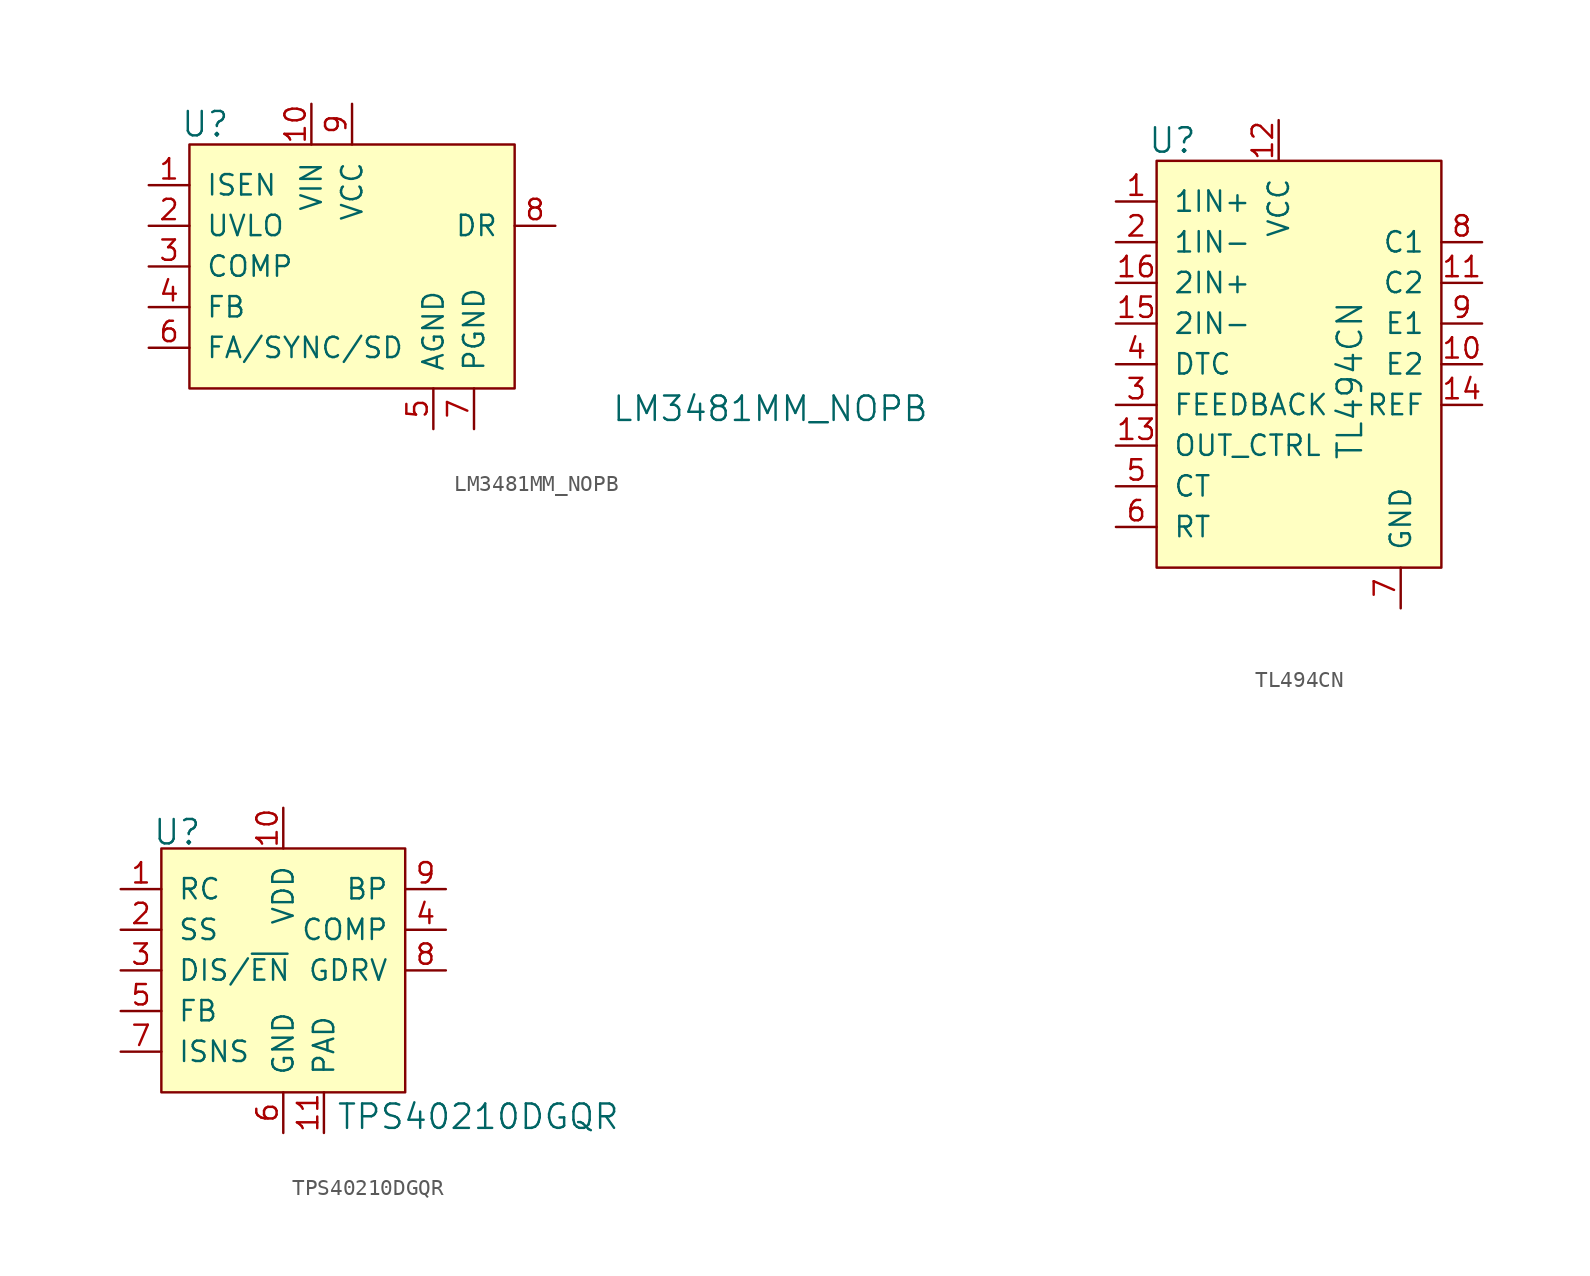
<source format=kicad_sym>
(kicad_symbol_lib
  (version 20220914)
  (generator kicad_symbol_editor)
  (symbol "LM3481MM_NOPB"
    (pin_names
      (offset 1.016))
    (property "Reference" "U"
      (at -5.08 3.81 0)
      (effects (font (size 1.524 1.524)) (justify right)))
    (property "Value" "LM3481MM_NOPB"
      (at 38.608 -13.97 0)
      (effects (font (size 1.524 1.524)) (justify right)))
    (symbol "LM3481MM_NOPB_0_1"
      (rectangle (start -7.62 2.54) (end 12.7 -12.7) (stroke (width 0) (type default)) (fill (type background))))
    (symbol "LM3481MM_NOPB_1_1"
      (pin input line (at -10.16 0 0) (length 2.54) (name "ISEN" (effects (font (size 1.27 1.27)))) (number "1" (effects (font (size 1.27 1.27)))))
      (pin power_in line (at 0 5.08 270) (length 2.54) (name "VIN" (effects (font (size 1.27 1.27)))) (number "10" (effects (font (size 1.27 1.27)))))
      (pin input line (at -10.16 -2.54 0) (length 2.54) (name "UVLO" (effects (font (size 1.27 1.27)))) (number "2" (effects (font (size 1.27 1.27)))))
      (pin passive line (at -10.16 -5.08 0) (length 2.54) (name "COMP" (effects (font (size 1.27 1.27)))) (number "3" (effects (font (size 1.27 1.27)))))
      (pin input line (at -10.16 -7.62 0) (length 2.54) (name "FB" (effects (font (size 1.27 1.27)))) (number "4" (effects (font (size 1.27 1.27)))))
      (pin power_in line (at 7.62 -15.24 90) (length 2.54) (name "AGND" (effects (font (size 1.27 1.27)))) (number "5" (effects (font (size 1.27 1.27)))))
      (pin passive line (at -10.16 -10.16 0) (length 2.54) (name "FA/SYNC/SD" (effects (font (size 1.27 1.27)))) (number "6" (effects (font (size 1.27 1.27)))))
      (pin power_in line (at 10.16 -15.24 90) (length 2.54) (name "PGND" (effects (font (size 1.27 1.27)))) (number "7" (effects (font (size 1.27 1.27)))))
      (pin output line (at 15.24 -2.54 180) (length 2.54) (name "DR" (effects (font (size 1.27 1.27)))) (number "8" (effects (font (size 1.27 1.27)))))
      (pin power_in line (at 2.54 5.08 270) (length 2.54) (name "VCC" (effects (font (size 1.27 1.27)))) (number "9" (effects (font (size 1.27 1.27)))))))
  (symbol "TL494CN"
    (pin_names
      (offset 1.016))
    (property "Reference" "U"
      (at -5.08 8.89 0)
      (effects (font (size 1.524 1.524)) (justify right)))
    (property "Value" "TL494CN"
      (at 4.445 -6.096 90)
      (effects (font (size 1.524 1.524))))
    (symbol "TL494CN_0_1"
      (rectangle (start -7.62 7.62) (end 10.16 -17.78) (stroke (width 0) (type default)) (fill (type background))))
    (symbol "TL494CN_1_1"
      (pin input line (at -10.16 5.08 0) (length 2.54) (name "1IN+" (effects (font (size 1.27 1.27)))) (number "1" (effects (font (size 1.27 1.27)))))
      (pin output line (at 12.7 -5.08 180) (length 2.54) (name "E2" (effects (font (size 1.27 1.27)))) (number "10" (effects (font (size 1.27 1.27)))))
      (pin output line (at 12.7 0 180) (length 2.54) (name "C2" (effects (font (size 1.27 1.27)))) (number "11" (effects (font (size 1.27 1.27)))))
      (pin power_in line (at 0 10.16 270) (length 2.54) (name "VCC" (effects (font (size 1.27 1.27)))) (number "12" (effects (font (size 1.27 1.27)))))
      (pin input line (at -10.16 -10.16 0) (length 2.54) (name "OUT_CTRL" (effects (font (size 1.27 1.27)))) (number "13" (effects (font (size 1.27 1.27)))))
      (pin output line (at 12.7 -7.62 180) (length 2.54) (name "REF" (effects (font (size 1.27 1.27)))) (number "14" (effects (font (size 1.27 1.27)))))
      (pin input line (at -10.16 -2.54 0) (length 2.54) (name "2IN-" (effects (font (size 1.27 1.27)))) (number "15" (effects (font (size 1.27 1.27)))))
      (pin input line (at -10.16 0 0) (length 2.54) (name "2IN+" (effects (font (size 1.27 1.27)))) (number "16" (effects (font (size 1.27 1.27)))))
      (pin input line (at -10.16 2.54 0) (length 2.54) (name "1IN-" (effects (font (size 1.27 1.27)))) (number "2" (effects (font (size 1.27 1.27)))))
      (pin input line (at -10.16 -7.62 0) (length 2.54) (name "FEEDBACK" (effects (font (size 1.27 1.27)))) (number "3" (effects (font (size 1.27 1.27)))))
      (pin input line (at -10.16 -5.08 0) (length 2.54) (name "DTC" (effects (font (size 1.27 1.27)))) (number "4" (effects (font (size 1.27 1.27)))))
      (pin passive line (at -10.16 -12.7 0) (length 2.54) (name "CT" (effects (font (size 1.27 1.27)))) (number "5" (effects (font (size 1.27 1.27)))))
      (pin passive line (at -10.16 -15.24 0) (length 2.54) (name "RT" (effects (font (size 1.27 1.27)))) (number "6" (effects (font (size 1.27 1.27)))))
      (pin power_in line (at 7.62 -20.32 90) (length 2.54) (name "GND" (effects (font (size 1.27 1.27)))) (number "7" (effects (font (size 1.27 1.27)))))
      (pin output line (at 12.7 2.54 180) (length 2.54) (name "C1" (effects (font (size 1.27 1.27)))) (number "8" (effects (font (size 1.27 1.27)))))
      (pin output line (at 12.7 -2.54 180) (length 2.54) (name "E1" (effects (font (size 1.27 1.27)))) (number "9" (effects (font (size 1.27 1.27)))))))
  (symbol "TPS40210DGQR"
    (pin_names
      (offset 1.016))
    (property "Reference" "U"
      (at -5.08 3.556 0)
      (effects (font (size 1.524 1.524)) (justify right)))
    (property "Value" "TPS40210DGQR"
      (at 3.302 -14.224 0)
      (effects (font (size 1.524 1.524)) (justify left)))
    (symbol "TPS40210DGQR_0_1"
      (rectangle (start -7.62 2.54) (end 7.62 -12.7) (stroke (width 0) (type default)) (fill (type background))))
    (symbol "TPS40210DGQR_1_1"
      (pin passive line (at -10.16 0 0) (length 2.54) (name "RC" (effects (font (size 1.27 1.27)))) (number "1" (effects (font (size 1.27 1.27)))))
      (pin power_in line (at 0 5.08 270) (length 2.54) (name "VDD" (effects (font (size 1.27 1.27)))) (number "10" (effects (font (size 1.27 1.27)))))
      (pin passive line (at 2.54 -15.24 90) (length 2.54) (name "PAD" (effects (font (size 1.27 1.27)))) (number "11" (effects (font (size 1.27 1.27)))))
      (pin input line (at -10.16 -2.54 0) (length 2.54) (name "SS" (effects (font (size 1.27 1.27)))) (number "2" (effects (font (size 1.27 1.27)))))
      (pin input line (at -10.16 -5.08 0) (length 2.54) (name "DIS/~{EN}" (effects (font (size 1.27 1.27)))) (number "3" (effects (font (size 1.27 1.27)))))
      (pin output line (at 10.16 -2.54 180) (length 2.54) (name "COMP" (effects (font (size 1.27 1.27)))) (number "4" (effects (font (size 1.27 1.27)))))
      (pin input line (at -10.16 -7.62 0) (length 2.54) (name "FB" (effects (font (size 1.27 1.27)))) (number "5" (effects (font (size 1.27 1.27)))))
      (pin power_in line (at 0 -15.24 90) (length 2.54) (name "GND" (effects (font (size 1.27 1.27)))) (number "6" (effects (font (size 1.27 1.27)))))
      (pin input line (at -10.16 -10.16 0) (length 2.54) (name "ISNS" (effects (font (size 1.27 1.27)))) (number "7" (effects (font (size 1.27 1.27)))))
      (pin output line (at 10.16 -5.08 180) (length 2.54) (name "GDRV" (effects (font (size 1.27 1.27)))) (number "8" (effects (font (size 1.27 1.27)))))
      (pin output line (at 10.16 0 180) (length 2.54) (name "BP" (effects (font (size 1.27 1.27)))) (number "9" (effects (font (size 1.27 1.27))))))))
</source>
